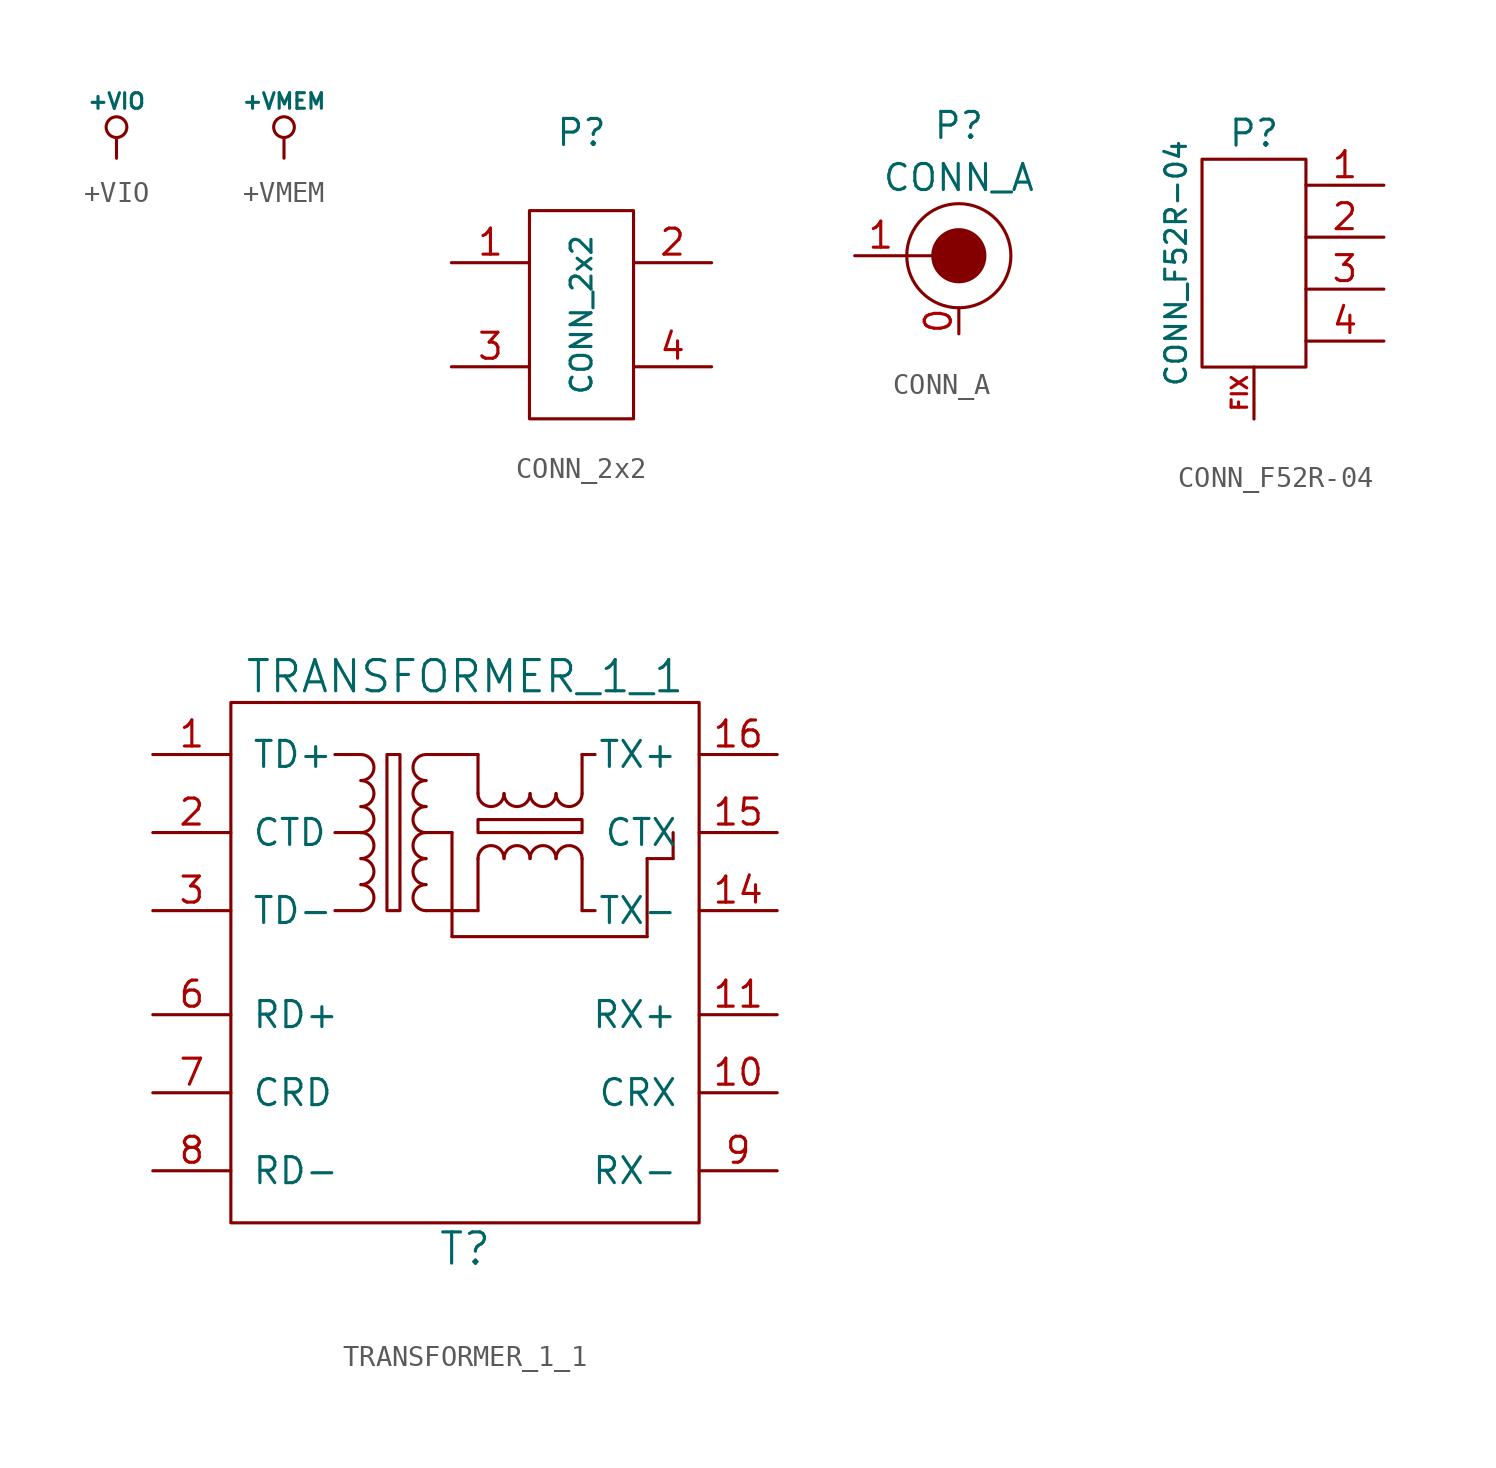
<source format=kicad_sym>
(kicad_symbol_lib
  (version 20211014)
  (generator kicad_symbol_editor)
  (symbol "+VIO"
    (power)
    (pin_names
      (offset 0))
    (property "Reference" "#PWR"
      (at 0 -1.016 0)
      (effects (font (size 0.762 0.762)) hide))
    (property "Value" "+VIO"
      (at 0 2.794 0)
      (effects (font (size 0.762 0.762))))
    (property "Footprint" ""
      (at 0 0 0)
      (effects (font (size 1.524 1.524))))
    (property "Datasheet" ""
      (at 0 0 0)
      (effects (font (size 1.524 1.524))))
    (symbol "+VIO_0_0"
      (pin power_in line (at 0 0 90) (length 0) hide (name "+VIO" (effects (font (size 0.762 0.762)))) (number "1" (effects (font (size 0.762 0.762))))))
    (symbol "+VIO_0_1"
      (polyline (pts (xy 0 0) (xy 0 1.016) (xy 0 1.016)) (stroke (width 0) (type default) (color 0 0 0 0)) (fill (type none)))
      (circle (center 0 1.524) (radius 0.508) (stroke (width 0) (type default) (color 0 0 0 0)) (fill (type none)))))
  (symbol "+VMEM"
    (power)
    (pin_names
      (offset 0))
    (property "Reference" "#PWR"
      (at 0 -1.016 0)
      (effects (font (size 0.762 0.762)) hide))
    (property "Value" "+VMEM"
      (at 0 2.794 0)
      (effects (font (size 0.762 0.762))))
    (property "Footprint" ""
      (at 0 0 0)
      (effects (font (size 1.524 1.524))))
    (property "Datasheet" ""
      (at 0 0 0)
      (effects (font (size 1.524 1.524))))
    (symbol "+VMEM_0_0"
      (pin power_in line (at 0 0 90) (length 0) hide (name "+VMEM" (effects (font (size 0.762 0.762)))) (number "1" (effects (font (size 0.762 0.762))))))
    (symbol "+VMEM_0_1"
      (polyline (pts (xy 0 0) (xy 0 1.016) (xy 0 1.016)) (stroke (width 0) (type default) (color 0 0 0 0)) (fill (type none)))
      (circle (center 0 1.524) (radius 0.508) (stroke (width 0) (type default) (color 0 0 0 0)) (fill (type none)))))
  (symbol "CONN_2x2"
    (pin_names
      (offset 1.016) hide)
    (property "Reference" "P"
      (at 0 8.89 0)
      (effects (font (size 1.27 1.27))))
    (property "Value" "CONN_2x2"
      (at 0 0 90)
      (effects (font (size 1.016 1.016))))
    (property "Footprint" ""
      (at 0 0 0)
      (effects (font (size 1.524 1.524))))
    (property "Datasheet" ""
      (at 0 0 0)
      (effects (font (size 1.524 1.524))))
    (symbol "CONN_2x2_0_1"
      (rectangle (start -2.54 5.08) (end 2.54 -5.08) (stroke (width 0) (type default) (color 0 0 0 0)) (fill (type none))))
    (symbol "CONN_2x2_1_1"
      (pin passive line (at -6.35 2.54 0) (length 3.81) (name "P1" (effects (font (size 1.27 1.27)))) (number "1" (effects (font (size 1.27 1.27)))))
      (pin passive line (at 6.35 2.54 180) (length 3.81) (name "PM" (effects (font (size 1.27 1.27)))) (number "2" (effects (font (size 1.27 1.27)))))
      (pin passive line (at -6.35 -2.54 0) (length 3.81) (name "P3" (effects (font (size 1.27 1.27)))) (number "3" (effects (font (size 1.27 1.27)))))
      (pin passive line (at 6.35 -2.54 180) (length 3.81) (name "~" (effects (font (size 1.27 1.27)))) (number "4" (effects (font (size 1.27 1.27)))))))
  (symbol "CONN_A"
    (property "Reference" "P"
      (at 0 6.35 0)
      (effects (font (size 1.27 1.27))))
    (property "Value" "CONN_A"
      (at 0 3.81 0)
      (effects (font (size 1.27 1.27))))
    (symbol "CONN_A_0_1"
      (polyline (pts (xy 0 0) (xy -2.54 0)) (stroke (width 0) (type default) (color 0 0 0 0)) (fill (type none)))
      (circle (center 0 0) (radius 1.27) (stroke (width 0) (type default) (color 0 0 0 0)) (fill (type outline)))
      (circle (center 0 0) (radius 2.54) (stroke (width 0) (type default) (color 0 0 0 0)) (fill (type none))))
    (symbol "CONN_A_1_1"
      (pin input line (at 0 -3.81 90) (length 1.27) (name "~" (effects (font (size 1.27 1.27)))) (number "0" (effects (font (size 1.27 1.27)))))
      (pin input line (at -5.08 0 0) (length 2.54) (name "~" (effects (font (size 1.27 1.27)))) (number "1" (effects (font (size 1.27 1.27)))))))
  (symbol "CONN_F52R-04"
    (pin_names
      (offset 1.016) hide)
    (property "Reference" "P"
      (at 0 6.35 0)
      (effects (font (size 1.27 1.27))))
    (property "Value" "CONN_F52R-04"
      (at -3.81 0 90)
      (effects (font (size 1.016 1.016))))
    (property "Footprint" ""
      (at 0 0 0)
      (effects (font (size 1.524 1.524))))
    (property "Datasheet" ""
      (at 0 0 0)
      (effects (font (size 1.524 1.524))))
    (symbol "CONN_F52R-04_0_1"
      (rectangle (start -2.54 5.08) (end 2.54 -5.08) (stroke (width 0) (type default) (color 0 0 0 0)) (fill (type none))))
    (symbol "CONN_F52R-04_1_1"
      (pin passive line (at 6.35 3.81 180) (length 3.81) (name "P1" (effects (font (size 1.27 1.27)))) (number "1" (effects (font (size 1.27 1.27)))))
      (pin passive line (at 6.35 1.27 180) (length 3.81) (name "PM" (effects (font (size 1.27 1.27)))) (number "2" (effects (font (size 1.27 1.27)))))
      (pin passive line (at 6.35 -1.27 180) (length 3.81) (name "P3" (effects (font (size 1.27 1.27)))) (number "3" (effects (font (size 1.27 1.27)))))
      (pin passive line (at 6.35 -3.81 180) (length 3.81) (name "~" (effects (font (size 1.27 1.27)))) (number "4" (effects (font (size 1.27 1.27)))))
      (pin passive line (at 0 -7.62 90) (length 2.54) (name "FIX" (effects (font (size 0.762 0.762)))) (number "FIX" (effects (font (size 0.762 0.762)))))))
  (symbol "TRANSFORMER_1_1"
    (pin_names
      (offset 1.016))
    (property "Reference" "T"
      (at 0 -13.97 0)
      (effects (font (size 1.524 1.524))))
    (property "Value" "TRANSFORMER_1_1"
      (at 0 13.97 0)
      (effects (font (size 1.524 1.524))))
    (property "Footprint" ""
      (at 0 0 0)
      (effects (font (size 1.524 1.524))))
    (property "Datasheet" ""
      (at 0 0 0)
      (effects (font (size 1.524 1.524))))
    (symbol "TRANSFORMER_1_1_0_1"
      (rectangle (start -11.43 12.7) (end 11.43 -12.7) (stroke (width 0) (type default) (color 0 0 0 0)) (fill (type none)))
      (rectangle (start -6.35 2.54) (end -5.08 2.54) (stroke (width 0) (type default) (color 0 0 0 0)) (fill (type none)))
      (rectangle (start -6.35 6.35) (end -5.08 6.35) (stroke (width 0) (type default) (color 0 0 0 0)) (fill (type none)))
      (rectangle (start -6.35 10.16) (end -5.08 10.16) (stroke (width 0) (type default) (color 0 0 0 0)) (fill (type none)))
      (arc (start -5.08 2.54) (mid -4.445 3.175) (end -5.08 3.81) (stroke (width 0) (type default) (color 0 0 0 0)) (fill (type none)))
      (arc (start -5.08 3.81) (mid -4.445 4.445) (end -5.08 5.08) (stroke (width 0) (type default) (color 0 0 0 0)) (fill (type none)))
      (arc (start -5.08 5.08) (mid -4.445 5.715) (end -5.08 6.35) (stroke (width 0) (type default) (color 0 0 0 0)) (fill (type none)))
      (arc (start -5.08 6.35) (mid -4.445 6.985) (end -5.08 7.62) (stroke (width 0) (type default) (color 0 0 0 0)) (fill (type none)))
      (arc (start -5.08 7.62) (mid -4.445 8.255) (end -5.08 8.89) (stroke (width 0) (type default) (color 0 0 0 0)) (fill (type none)))
      (arc (start -5.08 8.89) (mid -4.445 9.525) (end -5.08 10.16) (stroke (width 0) (type default) (color 0 0 0 0)) (fill (type none)))
      (rectangle (start -3.81 10.16) (end -3.175 2.54) (stroke (width 0) (type default) (color 0 0 0 0)) (fill (type none)))
      (rectangle (start -1.905 2.54) (end 0.635 2.54) (stroke (width 0) (type default) (color 0 0 0 0)) (fill (type none)))
      (arc (start -1.905 3.81) (mid -2.54 3.175) (end -1.905 2.54) (stroke (width 0) (type default) (color 0 0 0 0)) (fill (type none)))
      (arc (start -1.905 5.08) (mid -2.54 4.445) (end -1.905 3.81) (stroke (width 0) (type default) (color 0 0 0 0)) (fill (type none)))
      (arc (start -1.905 6.35) (mid -2.54 5.715) (end -1.905 5.08) (stroke (width 0) (type default) (color 0 0 0 0)) (fill (type none)))
      (rectangle (start -1.905 6.35) (end -0.635 6.35) (stroke (width 0) (type default) (color 0 0 0 0)) (fill (type none)))
      (arc (start -1.905 7.62) (mid -2.54 6.985) (end -1.905 6.35) (stroke (width 0) (type default) (color 0 0 0 0)) (fill (type none)))
      (arc (start -1.905 8.89) (mid -2.54 8.255) (end -1.905 7.62) (stroke (width 0) (type default) (color 0 0 0 0)) (fill (type none)))
      (arc (start -1.905 10.16) (mid -2.54 9.525) (end -1.905 8.89) (stroke (width 0) (type default) (color 0 0 0 0)) (fill (type none)))
      (rectangle (start -1.905 10.16) (end 0.635 10.16) (stroke (width 0) (type default) (color 0 0 0 0)) (fill (type none)))
      (rectangle (start -0.635 1.27) (end 8.89 1.27) (stroke (width 0) (type default) (color 0 0 0 0)) (fill (type none)))
      (rectangle (start -0.635 6.35) (end -0.635 1.27) (stroke (width 0) (type default) (color 0 0 0 0)) (fill (type none)))
      (rectangle (start 0.635 2.54) (end 0.635 5.08) (stroke (width 0) (type default) (color 0 0 0 0)) (fill (type none)))
      (rectangle (start 0.635 6.985) (end 5.715 6.35) (stroke (width 0) (type default) (color 0 0 0 0)) (fill (type none)))
      (arc (start 0.635 8.255) (mid 1.27 7.62) (end 1.905 8.255) (stroke (width 0) (type default) (color 0 0 0 0)) (fill (type none)))
      (rectangle (start 0.635 10.16) (end 0.635 8.255) (stroke (width 0) (type default) (color 0 0 0 0)) (fill (type none)))
      (arc (start 1.905 5.08) (mid 1.27 5.715) (end 0.635 5.08) (stroke (width 0) (type default) (color 0 0 0 0)) (fill (type none)))
      (arc (start 1.905 8.255) (mid 2.54 7.62) (end 3.175 8.255) (stroke (width 0) (type default) (color 0 0 0 0)) (fill (type none)))
      (arc (start 3.175 5.08) (mid 2.54 5.715) (end 1.905 5.08) (stroke (width 0) (type default) (color 0 0 0 0)) (fill (type none)))
      (arc (start 3.175 8.255) (mid 3.81 7.62) (end 4.445 8.255) (stroke (width 0) (type default) (color 0 0 0 0)) (fill (type none)))
      (arc (start 4.445 5.08) (mid 3.81 5.715) (end 3.175 5.08) (stroke (width 0) (type default) (color 0 0 0 0)) (fill (type none)))
      (arc (start 4.445 8.255) (mid 5.08 7.62) (end 5.715 8.255) (stroke (width 0) (type default) (color 0 0 0 0)) (fill (type none)))
      (rectangle (start 5.715 2.54) (end 6.35 2.54) (stroke (width 0) (type default) (color 0 0 0 0)) (fill (type none)))
      (arc (start 5.715 5.08) (mid 5.08 5.715) (end 4.445 5.08) (stroke (width 0) (type default) (color 0 0 0 0)) (fill (type none)))
      (rectangle (start 5.715 5.08) (end 5.715 2.54) (stroke (width 0) (type default) (color 0 0 0 0)) (fill (type none)))
      (rectangle (start 5.715 8.255) (end 5.715 10.16) (stroke (width 0) (type default) (color 0 0 0 0)) (fill (type none)))
      (rectangle (start 5.715 10.16) (end 6.35 10.16) (stroke (width 0) (type default) (color 0 0 0 0)) (fill (type none)))
      (rectangle (start 8.89 1.27) (end 8.89 5.08) (stroke (width 0) (type default) (color 0 0 0 0)) (fill (type none)))
      (rectangle (start 8.89 5.08) (end 10.16 5.08) (stroke (width 0) (type default) (color 0 0 0 0)) (fill (type none)))
      (rectangle (start 10.16 5.08) (end 10.16 6.35) (stroke (width 0) (type default) (color 0 0 0 0)) (fill (type none))))
    (symbol "TRANSFORMER_1_1_1_1"
      (pin input line (at -15.24 10.16 0) (length 3.81) (name "TD+" (effects (font (size 1.27 1.27)))) (number "1" (effects (font (size 1.27 1.27)))))
      (pin input line (at 15.24 -6.35 180) (length 3.81) (name "CRX" (effects (font (size 1.27 1.27)))) (number "10" (effects (font (size 1.27 1.27)))))
      (pin input line (at 15.24 -2.54 180) (length 3.81) (name "RX+" (effects (font (size 1.27 1.27)))) (number "11" (effects (font (size 1.27 1.27)))))
      (pin no_connect line (at 3.81 -15.24 90) (length 2.54) hide (name "~" (effects (font (size 1.27 1.27)))) (number "12" (effects (font (size 1.27 1.27)))))
      (pin no_connect line (at 6.35 -15.24 90) (length 2.54) hide (name "~" (effects (font (size 1.27 1.27)))) (number "13" (effects (font (size 1.27 1.27)))))
      (pin input line (at 15.24 2.54 180) (length 3.81) (name "TX-" (effects (font (size 1.27 1.27)))) (number "14" (effects (font (size 1.27 1.27)))))
      (pin input line (at 15.24 6.35 180) (length 3.81) (name "CTX" (effects (font (size 1.27 1.27)))) (number "15" (effects (font (size 1.27 1.27)))))
      (pin input line (at 15.24 10.16 180) (length 3.81) (name "TX+" (effects (font (size 1.27 1.27)))) (number "16" (effects (font (size 1.27 1.27)))))
      (pin input line (at -15.24 6.35 0) (length 3.81) (name "CTD" (effects (font (size 1.27 1.27)))) (number "2" (effects (font (size 1.27 1.27)))))
      (pin input line (at -15.24 2.54 0) (length 3.81) (name "TD-" (effects (font (size 1.27 1.27)))) (number "3" (effects (font (size 1.27 1.27)))))
      (pin no_connect line (at -6.35 -15.24 90) (length 2.54) hide (name "~" (effects (font (size 1.27 1.27)))) (number "4" (effects (font (size 1.27 1.27)))))
      (pin no_connect line (at -3.81 -15.24 90) (length 2.54) hide (name "~" (effects (font (size 1.27 1.27)))) (number "5" (effects (font (size 1.27 1.27)))))
      (pin input line (at -15.24 -2.54 0) (length 3.81) (name "RD+" (effects (font (size 1.27 1.27)))) (number "6" (effects (font (size 1.27 1.27)))))
      (pin input line (at -15.24 -6.35 0) (length 3.81) (name "CRD" (effects (font (size 1.27 1.27)))) (number "7" (effects (font (size 1.27 1.27)))))
      (pin input line (at -15.24 -10.16 0) (length 3.81) (name "RD-" (effects (font (size 1.27 1.27)))) (number "8" (effects (font (size 1.27 1.27)))))
      (pin input line (at 15.24 -10.16 180) (length 3.81) (name "RX-" (effects (font (size 1.27 1.27)))) (number "9" (effects (font (size 1.27 1.27))))))))
</source>
